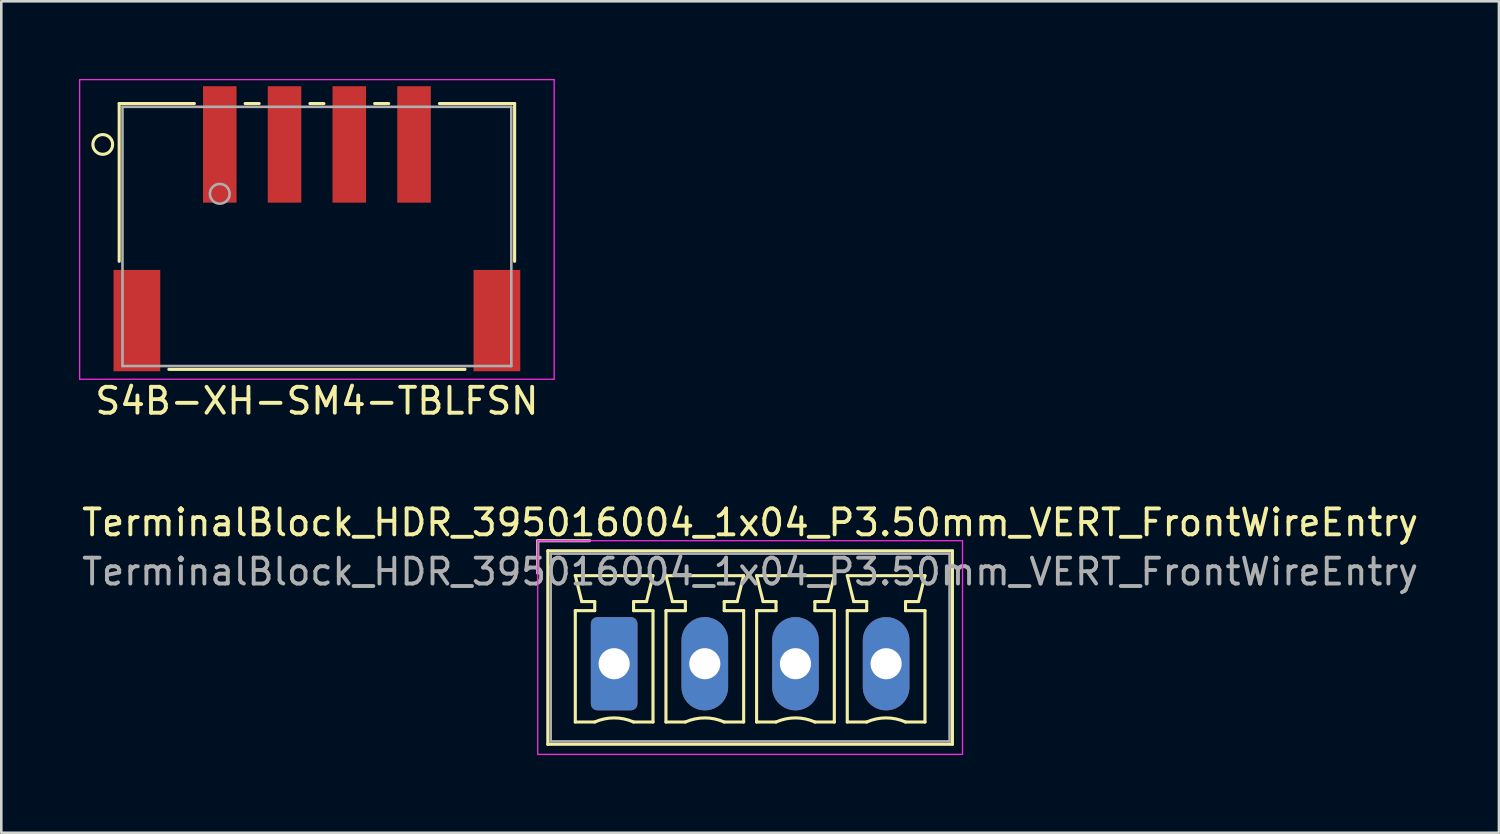
<source format=kicad_pcb>
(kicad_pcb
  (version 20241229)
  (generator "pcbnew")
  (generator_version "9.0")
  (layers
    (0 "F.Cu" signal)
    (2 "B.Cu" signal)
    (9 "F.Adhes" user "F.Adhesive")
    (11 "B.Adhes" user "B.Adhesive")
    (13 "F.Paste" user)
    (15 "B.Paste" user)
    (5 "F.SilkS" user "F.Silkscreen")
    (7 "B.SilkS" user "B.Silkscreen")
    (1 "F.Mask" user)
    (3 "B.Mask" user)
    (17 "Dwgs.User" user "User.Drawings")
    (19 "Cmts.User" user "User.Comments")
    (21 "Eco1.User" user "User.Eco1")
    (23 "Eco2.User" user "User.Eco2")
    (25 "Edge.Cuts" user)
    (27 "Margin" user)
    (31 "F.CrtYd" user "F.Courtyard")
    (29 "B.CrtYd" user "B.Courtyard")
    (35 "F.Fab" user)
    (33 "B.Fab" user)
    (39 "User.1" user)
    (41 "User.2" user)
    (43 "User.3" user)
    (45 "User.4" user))
  (footprint "S4B-XH-SM4-TBLFSN"
    (layer "F.Cu")
    (at 9.185 6.079)
    (property "Reference" "S4B-XH-SM4-TBLFSN" (at 0 6.35 0) (layer "F.SilkS") (effects (font (size 1 1) (thickness 0.15))))
    (attr smd)
    (fp_line (start -7.633 -5.131) (end -7.633 0.959) (stroke (width 0.12) (type solid)) (layer "F.SilkS"))
    (fp_line (start -5.716 5.131) (end 5.716 5.131) (stroke (width 0.12) (type solid)) (layer "F.SilkS"))
    (fp_line (start -4.73 -5.131) (end -7.633 -5.131) (stroke (width 0.12) (type solid)) (layer "F.SilkS"))
    (fp_line (start -2.23 -5.131) (end -2.77 -5.131) (stroke (width 0.12) (type solid)) (layer "F.SilkS"))
    (fp_line (start 0.27 -5.131) (end -0.27 -5.131) (stroke (width 0.12) (type solid)) (layer "F.SilkS"))
    (fp_line (start 2.77 -5.131) (end 2.23 -5.131) (stroke (width 0.12) (type solid)) (layer "F.SilkS"))
    (fp_line (start 7.633 -5.131) (end 4.73 -5.131) (stroke (width 0.12) (type solid)) (layer "F.SilkS"))
    (fp_line (start 7.633 0.959) (end 7.633 -5.131) (stroke (width 0.12) (type solid)) (layer "F.SilkS"))
    (fp_circle (center -8.268 -3.552) (end -7.887 -3.552) (stroke (width 0.12) (type solid)) (fill no) (layer "F.SilkS"))
    (fp_line (start -9.16 -6.054) (end -9.16 5.512) (stroke (width 0.05) (type solid)) (layer "F.CrtYd"))
    (fp_line (start -9.16 5.512) (end 9.16 5.512) (stroke (width 0.05) (type solid)) (layer "F.CrtYd"))
    (fp_line (start 9.16 -6.054) (end -9.16 -6.054) (stroke (width 0.05) (type solid)) (layer "F.CrtYd"))
    (fp_line (start 9.16 5.512) (end 9.16 -6.054) (stroke (width 0.05) (type solid)) (layer "F.CrtYd"))
    (fp_line (start -7.506 -5.004) (end -7.506 5.004) (stroke (width 0.1) (type solid)) (layer "F.Fab"))
    (fp_line (start -7.506 5.004) (end 7.506 5.004) (stroke (width 0.1) (type solid)) (layer "F.Fab"))
    (fp_line (start 7.506 -5.004) (end -7.506 -5.004) (stroke (width 0.1) (type solid)) (layer "F.Fab"))
    (fp_line (start 7.506 5.004) (end 7.506 -5.004) (stroke (width 0.1) (type solid)) (layer "F.Fab"))
    (fp_circle (center -3.75 -1.647) (end -3.369 -1.647) (stroke (width 0.1) (type solid)) (fill no) (layer "F.Fab"))
    (pad "1" smd rect (at -3.75 -3.552) (size 1.295 4.496) (layers "F.Cu" "F.Mask" "F.Paste"))
    (pad "2" smd rect (at -1.25 -3.552) (size 1.295 4.496) (layers "F.Cu" "F.Mask" "F.Paste"))
    (pad "3" smd rect (at 1.25 -3.552) (size 1.295 4.496) (layers "F.Cu" "F.Mask" "F.Paste"))
    (pad "4" smd rect (at 3.75 -3.552) (size 1.295 4.496) (layers "F.Cu" "F.Mask" "F.Paste"))
    (pad "5" smd rect (at -6.95 3.248 90) (size 3.912 1.803) (layers "F.Cu" "F.Mask" "F.Paste"))
    (pad "6" smd rect (at 6.95 3.248 90) (size 3.912 1.803) (layers "F.Cu" "F.Mask" "F.Paste")))
  (footprint "TerminalBlock_HDR_395016004_1x04_P3.50mm_VERT_FrontWireEntry"
    (layer "F.Cu")
    (at 20.661 22.575)
    (property "Reference" "TerminalBlock_HDR_395016004_1x04_P3.50mm_VERT_FrontWireEntry" (at 5.25 -5.45 0) (layer "F.SilkS") (effects (font (size 1 1) (thickness 0.15))))
    (attr through_hole)
    (fp_line (start -2.95 -4.75) (end -0.95 -4.75) (stroke (width 0.12) (type solid)) (layer "F.SilkS"))
    (fp_line (start -2.95 -3.5) (end -2.95 -4.75) (stroke (width 0.12) (type solid)) (layer "F.SilkS"))
    (fp_line (start -2.56 -4.36) (end -2.56 3.11) (stroke (width 0.12) (type solid)) (layer "F.SilkS"))
    (fp_line (start -2.56 3.11) (end 13.06 3.11) (stroke (width 0.12) (type solid)) (layer "F.SilkS"))
    (fp_line (start -1.5 -3.4) (end 1.5 -3.4) (stroke (width 0.12) (type solid)) (layer "F.SilkS"))
    (fp_line (start -1.5 -2.05) (end -0.75 -2.05) (stroke (width 0.12) (type solid)) (layer "F.SilkS"))
    (fp_line (start -1.5 2.25) (end -1.5 -2.05) (stroke (width 0.12) (type solid)) (layer "F.SilkS"))
    (fp_line (start -1.25 -2.4) (end -1.5 -3.4) (stroke (width 0.12) (type solid)) (layer "F.SilkS"))
    (fp_line (start -0.75 -2.4) (end -1.25 -2.4) (stroke (width 0.12) (type solid)) (layer "F.SilkS"))
    (fp_line (start -0.75 -2.05) (end -0.75 -2.4) (stroke (width 0.12) (type solid)) (layer "F.SilkS"))
    (fp_line (start -0.75 2.25) (end -1.5 2.25) (stroke (width 0.12) (type solid)) (layer "F.SilkS"))
    (fp_line (start 0.75 -2.4) (end 0.75 -2.05) (stroke (width 0.12) (type solid)) (layer "F.SilkS"))
    (fp_line (start 0.75 -2.05) (end 1.5 -2.05) (stroke (width 0.12) (type solid)) (layer "F.SilkS"))
    (fp_line (start 1.25 -2.4) (end 0.75 -2.4) (stroke (width 0.12) (type solid)) (layer "F.SilkS"))
    (fp_line (start 1.5 -3.4) (end 1.25 -2.4) (stroke (width 0.12) (type solid)) (layer "F.SilkS"))
    (fp_line (start 1.5 -2.05) (end 1.5 2.25) (stroke (width 0.12) (type solid)) (layer "F.SilkS"))
    (fp_line (start 1.5 2.25) (end 0.75 2.25) (stroke (width 0.12) (type solid)) (layer "F.SilkS"))
    (fp_line (start 2 -3.4) (end 5 -3.4) (stroke (width 0.12) (type solid)) (layer "F.SilkS"))
    (fp_line (start 2 -2.05) (end 2.75 -2.05) (stroke (width 0.12) (type solid)) (layer "F.SilkS"))
    (fp_line (start 2 2.25) (end 2 -2.05) (stroke (width 0.12) (type solid)) (layer "F.SilkS"))
    (fp_line (start 2.25 -2.4) (end 2 -3.4) (stroke (width 0.12) (type solid)) (layer "F.SilkS"))
    (fp_line (start 2.75 -2.4) (end 2.25 -2.4) (stroke (width 0.12) (type solid)) (layer "F.SilkS"))
    (fp_line (start 2.75 -2.05) (end 2.75 -2.4) (stroke (width 0.12) (type solid)) (layer "F.SilkS"))
    (fp_line (start 2.75 2.25) (end 2 2.25) (stroke (width 0.12) (type solid)) (layer "F.SilkS"))
    (fp_line (start 4.25 -2.4) (end 4.25 -2.05) (stroke (width 0.12) (type solid)) (layer "F.SilkS"))
    (fp_line (start 4.25 -2.05) (end 5 -2.05) (stroke (width 0.12) (type solid)) (layer "F.SilkS"))
    (fp_line (start 4.75 -2.4) (end 4.25 -2.4) (stroke (width 0.12) (type solid)) (layer "F.SilkS"))
    (fp_line (start 5 -3.4) (end 4.75 -2.4) (stroke (width 0.12) (type solid)) (layer "F.SilkS"))
    (fp_line (start 5 -2.05) (end 5 2.25) (stroke (width 0.12) (type solid)) (layer "F.SilkS"))
    (fp_line (start 5 2.25) (end 4.25 2.25) (stroke (width 0.12) (type solid)) (layer "F.SilkS"))
    (fp_line (start 5.5 -3.4) (end 8.5 -3.4) (stroke (width 0.12) (type solid)) (layer "F.SilkS"))
    (fp_line (start 5.5 -2.05) (end 6.25 -2.05) (stroke (width 0.12) (type solid)) (layer "F.SilkS"))
    (fp_line (start 5.5 2.25) (end 5.5 -2.05) (stroke (width 0.12) (type solid)) (layer "F.SilkS"))
    (fp_line (start 5.75 -2.4) (end 5.5 -3.4) (stroke (width 0.12) (type solid)) (layer "F.SilkS"))
    (fp_line (start 6.25 -2.4) (end 5.75 -2.4) (stroke (width 0.12) (type solid)) (layer "F.SilkS"))
    (fp_line (start 6.25 -2.05) (end 6.25 -2.4) (stroke (width 0.12) (type solid)) (layer "F.SilkS"))
    (fp_line (start 6.25 2.25) (end 5.5 2.25) (stroke (width 0.12) (type solid)) (layer "F.SilkS"))
    (fp_line (start 7.75 -2.4) (end 7.75 -2.05) (stroke (width 0.12) (type solid)) (layer "F.SilkS"))
    (fp_line (start 7.75 -2.05) (end 8.5 -2.05) (stroke (width 0.12) (type solid)) (layer "F.SilkS"))
    (fp_line (start 8.25 -2.4) (end 7.75 -2.4) (stroke (width 0.12) (type solid)) (layer "F.SilkS"))
    (fp_line (start 8.5 -3.4) (end 8.25 -2.4) (stroke (width 0.12) (type solid)) (layer "F.SilkS"))
    (fp_line (start 8.5 -2.05) (end 8.5 2.25) (stroke (width 0.12) (type solid)) (layer "F.SilkS"))
    (fp_line (start 8.5 2.25) (end 7.75 2.25) (stroke (width 0.12) (type solid)) (layer "F.SilkS"))
    (fp_line (start 9 -3.4) (end 12 -3.4) (stroke (width 0.12) (type solid)) (layer "F.SilkS"))
    (fp_line (start 9 -2.05) (end 9.75 -2.05) (stroke (width 0.12) (type solid)) (layer "F.SilkS"))
    (fp_line (start 9 2.25) (end 9 -2.05) (stroke (width 0.12) (type solid)) (layer "F.SilkS"))
    (fp_line (start 9.25 -2.4) (end 9 -3.4) (stroke (width 0.12) (type solid)) (layer "F.SilkS"))
    (fp_line (start 9.75 -2.4) (end 9.25 -2.4) (stroke (width 0.12) (type solid)) (layer "F.SilkS"))
    (fp_line (start 9.75 -2.05) (end 9.75 -2.4) (stroke (width 0.12) (type solid)) (layer "F.SilkS"))
    (fp_line (start 9.75 2.25) (end 9 2.25) (stroke (width 0.12) (type solid)) (layer "F.SilkS"))
    (fp_line (start 11.25 -2.4) (end 11.25 -2.05) (stroke (width 0.12) (type solid)) (layer "F.SilkS"))
    (fp_line (start 11.25 -2.05) (end 12 -2.05) (stroke (width 0.12) (type solid)) (layer "F.SilkS"))
    (fp_line (start 11.75 -2.4) (end 11.25 -2.4) (stroke (width 0.12) (type solid)) (layer "F.SilkS"))
    (fp_line (start 12 -3.4) (end 11.75 -2.4) (stroke (width 0.12) (type solid)) (layer "F.SilkS"))
    (fp_line (start 12 -2.05) (end 12 2.25) (stroke (width 0.12) (type solid)) (layer "F.SilkS"))
    (fp_line (start 12 2.25) (end 11.25 2.25) (stroke (width 0.12) (type solid)) (layer "F.SilkS"))
    (fp_line (start 13.06 -4.36) (end -2.56 -4.36) (stroke (width 0.12) (type solid)) (layer "F.SilkS"))
    (fp_line (start 13.06 3.11) (end 13.06 -4.36) (stroke (width 0.12) (type solid)) (layer "F.SilkS"))
    (fp_arc (start -0.75 2.25) (mid -0.000193 2.09191) (end 0.749647 2.249844) (stroke (width 0.12) (type solid)) (layer "F.SilkS"))
    (fp_arc (start 2.75 2.25) (mid 3.499807 2.09191) (end 4.249647 2.249844) (stroke (width 0.12) (type solid)) (layer "F.SilkS"))
    (fp_arc (start 6.25 2.25) (mid 6.999807 2.09191) (end 7.749647 2.249844) (stroke (width 0.12) (type solid)) (layer "F.SilkS"))
    (fp_arc (start 9.75 2.25) (mid 10.499807 2.09191) (end 11.249647 2.249844) (stroke (width 0.12) (type solid)) (layer "F.SilkS"))
    (fp_line (start -2.95 -4.75) (end -2.95 3.5) (stroke (width 0.05) (type solid)) (layer "F.CrtYd"))
    (fp_line (start -2.95 3.5) (end 13.45 3.5) (stroke (width 0.05) (type solid)) (layer "F.CrtYd"))
    (fp_line (start 13.45 -4.75) (end -2.95 -4.75) (stroke (width 0.05) (type solid)) (layer "F.CrtYd"))
    (fp_line (start 13.45 3.5) (end 13.45 -4.75) (stroke (width 0.05) (type solid)) (layer "F.CrtYd"))
    (fp_line (start -2.95 -4.75) (end -0.95 -4.75) (stroke (width 0.1) (type solid)) (layer "F.Fab"))
    (fp_line (start -2.95 -3.5) (end -2.95 -4.75) (stroke (width 0.1) (type solid)) (layer "F.Fab"))
    (fp_line (start -2.45 -4.25) (end -2.45 3) (stroke (width 0.1) (type solid)) (layer "F.Fab"))
    (fp_line (start -2.45 3) (end 12.95 3) (stroke (width 0.1) (type solid)) (layer "F.Fab"))
    (fp_line (start 12.95 -4.25) (end -2.45 -4.25) (stroke (width 0.1) (type solid)) (layer "F.Fab"))
    (fp_line (start 12.95 3) (end 12.95 -4.25) (stroke (width 0.1) (type solid)) (layer "F.Fab"))
    (fp_text user "${REFERENCE}" (at 5.25 -3.55 0) (layer "F.Fab") (effects (font (size 1 1) (thickness 0.15))))
    (pad "1" thru_hole roundrect (at 0 0) (size 1.8 3.6) (drill 1.2) (layers "*.Cu" "*.Mask") (roundrect_rratio 0.139))
    (pad "2" thru_hole oval (at 3.5 0) (size 1.8 3.6) (drill 1.2) (layers "*.Cu" "*.Mask"))
    (pad "3" thru_hole oval (at 7 0) (size 1.8 3.6) (drill 1.2) (layers "*.Cu" "*.Mask"))
    (pad "4" thru_hole oval (at 10.5 0) (size 1.8 3.6) (drill 1.2) (layers "*.Cu" "*.Mask")))
  (gr_rect
    (start -3 -3)
    (end 54.821 29.1)
    (stroke (width 0.1) (type default))
    (fill no)
    (layer "Edge.Cuts")))
</source>
